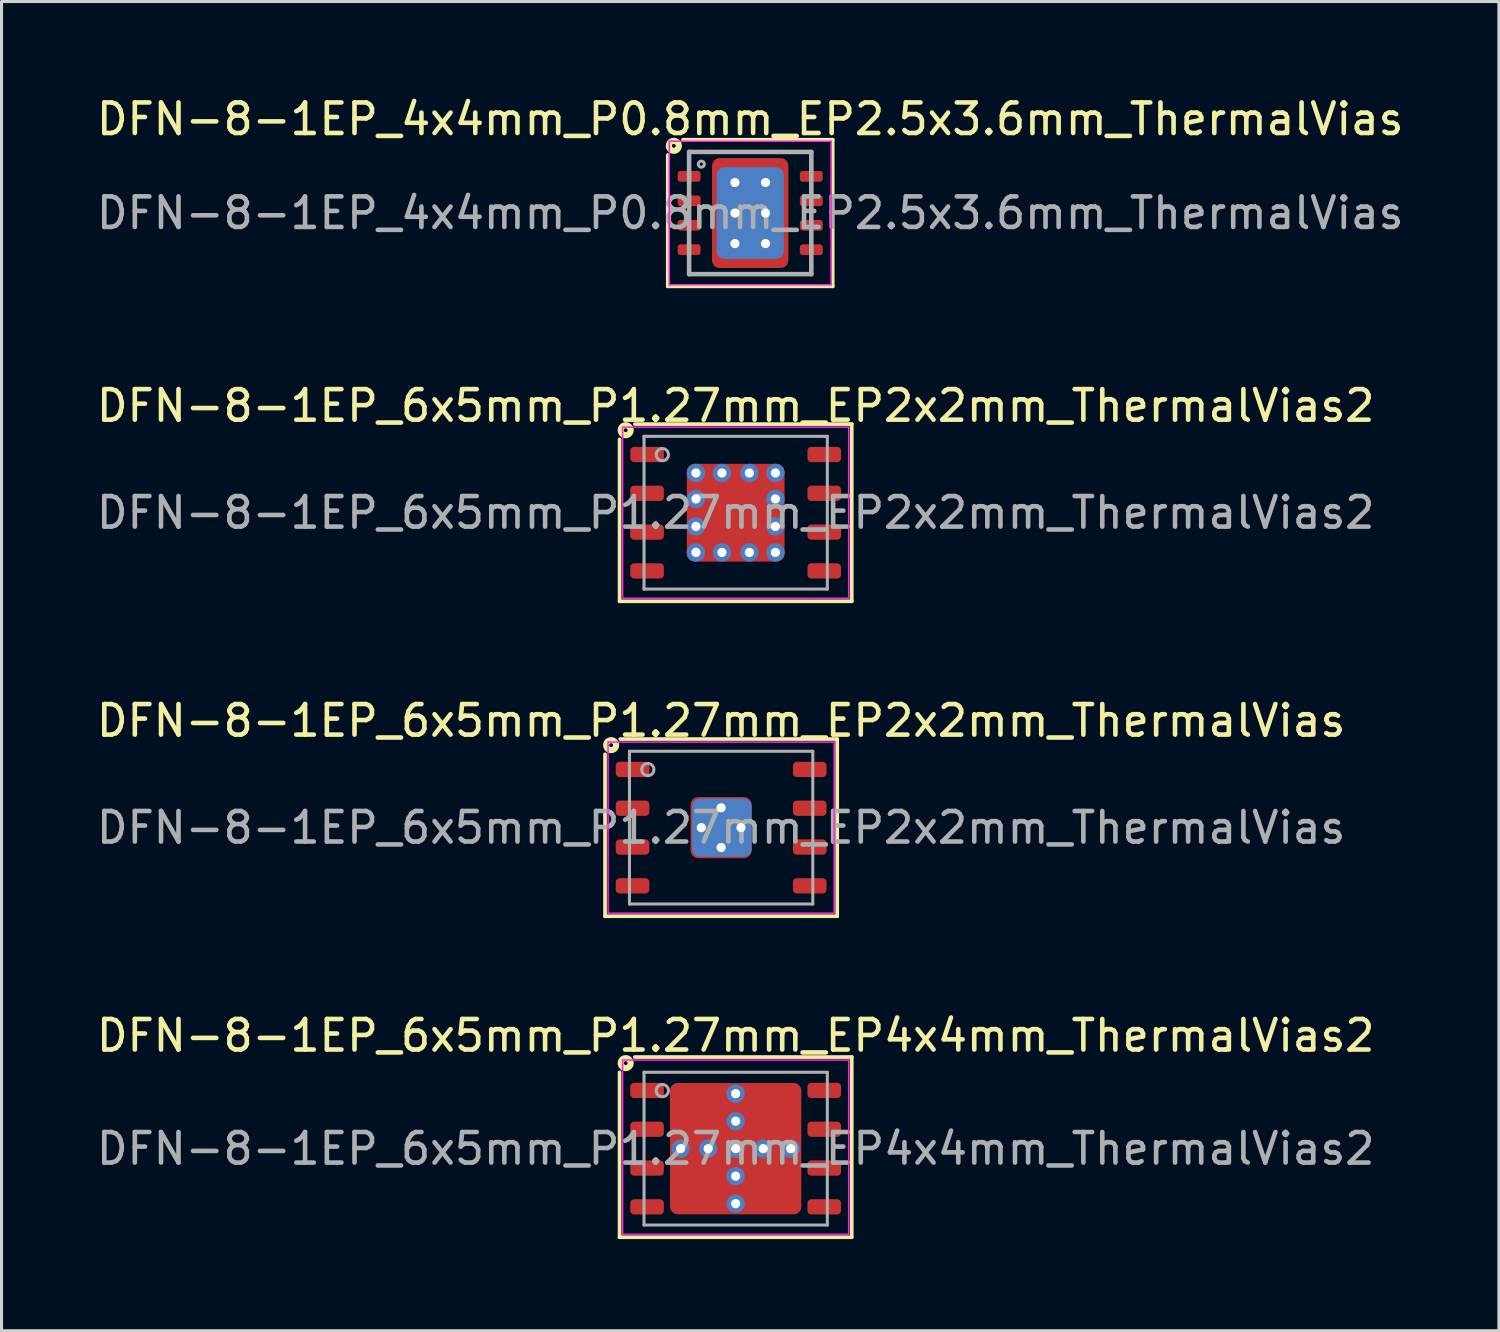
<source format=kicad_pcb>
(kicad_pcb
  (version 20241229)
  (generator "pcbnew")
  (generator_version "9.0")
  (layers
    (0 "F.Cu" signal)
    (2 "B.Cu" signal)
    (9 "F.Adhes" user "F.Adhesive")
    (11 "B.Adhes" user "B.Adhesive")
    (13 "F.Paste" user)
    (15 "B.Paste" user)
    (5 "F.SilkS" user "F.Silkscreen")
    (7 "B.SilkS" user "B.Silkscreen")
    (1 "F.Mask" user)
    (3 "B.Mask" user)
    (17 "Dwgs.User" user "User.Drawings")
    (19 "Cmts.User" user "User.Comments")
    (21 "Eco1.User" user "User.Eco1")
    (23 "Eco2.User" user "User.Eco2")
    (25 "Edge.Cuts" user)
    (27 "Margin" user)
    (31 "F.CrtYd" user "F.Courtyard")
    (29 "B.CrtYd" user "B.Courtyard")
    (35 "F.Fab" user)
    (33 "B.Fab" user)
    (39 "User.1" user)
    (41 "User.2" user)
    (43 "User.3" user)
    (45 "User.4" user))
  (footprint "DFN-8-1EP_4x4mm_P0.8mm_EP2.5x3.6mm_ThermalVias"
    (layer "F.Cu")
    (at 21.506 3.923)
    (property "Reference" "DFN-8-1EP_4x4mm_P0.8mm_EP2.5x3.6mm_ThermalVias" (at 0 -3.075 0) (layer "F.SilkS") (effects (font (size 1 1) (thickness 0.15))))
    (attr smd)
    (fp_line (start -2.7 2.4) (end -2.7 -1.9) (stroke (width 0.12) (type solid)) (layer "F.SilkS"))
    (fp_line (start -2.2 -2.4) (end 2.7 -2.4) (stroke (width 0.12) (type solid)) (layer "F.SilkS"))
    (fp_line (start 2.7 -2.4) (end 2.7 2.4) (stroke (width 0.12) (type solid)) (layer "F.SilkS"))
    (fp_line (start 2.7 2.4) (end -2.7 2.4) (stroke (width 0.12) (type solid)) (layer "F.SilkS"))
    (fp_circle (center -2.5 -2.2) (end -2.437 -2.2) (stroke (width 0.2) (type solid)) (fill no) (layer "F.SilkS"))
    (fp_line (start -2.65 -2.35) (end -2.65 2.35) (stroke (width 0.05) (type solid)) (layer "F.CrtYd"))
    (fp_line (start -2.65 -2.35) (end 2.65 -2.35) (stroke (width 0.05) (type solid)) (layer "F.CrtYd"))
    (fp_line (start -2.65 2.35) (end 2.65 2.35) (stroke (width 0.05) (type solid)) (layer "F.CrtYd"))
    (fp_line (start 2.65 -2.35) (end 2.65 2.35) (stroke (width 0.05) (type solid)) (layer "F.CrtYd"))
    (fp_line (start -2 -2) (end 2 -2) (stroke (width 0.15) (type solid)) (layer "F.Fab"))
    (fp_line (start -2 2) (end -2 -2) (stroke (width 0.15) (type solid)) (layer "F.Fab"))
    (fp_line (start 2 -2) (end 2 2) (stroke (width 0.15) (type solid)) (layer "F.Fab"))
    (fp_line (start 2 2) (end -2 2) (stroke (width 0.15) (type solid)) (layer "F.Fab"))
    (fp_circle (center -1.6 -1.6) (end -1.5 -1.6) (stroke (width 0.1) (type solid)) (fill no) (layer "F.Fab"))
    (fp_text user "${REFERENCE}" (at 0 0 0) (layer "F.Fab") (effects (font (size 1 1) (thickness 0.15))))
    (pad "" smd roundrect (at -0.875 -1.4) (size 0.55 0.6) (layers "F.Paste") (roundrect_rratio 0.25))
    (pad "" smd roundrect (at -0.875 -0.5) (size 0.55 0.8) (layers "F.Paste") (roundrect_rratio 0.25))
    (pad "" smd roundrect (at -0.875 0.5) (size 0.55 0.8) (layers "F.Paste") (roundrect_rratio 0.25))
    (pad "" smd roundrect (at -0.875 1.4) (size 0.55 0.6) (layers "F.Paste") (roundrect_rratio 0.25))
    (pad "" smd roundrect (at 0 -1.4) (size 0.8 0.6) (layers "F.Paste") (roundrect_rratio 0.25))
    (pad "" smd roundrect (at 0 -0.5) (size 0.8 0.8) (layers "F.Paste") (roundrect_rratio 0.25))
    (pad "" smd roundrect (at 0 0.5) (size 0.8 0.8) (layers "F.Paste") (roundrect_rratio 0.25))
    (pad "" smd roundrect (at 0 1.4) (size 0.8 0.6) (layers "F.Paste") (roundrect_rratio 0.25))
    (pad "" smd roundrect (at 0.875 -1.4) (size 0.55 0.6) (layers "F.Paste") (roundrect_rratio 0.25))
    (pad "" smd roundrect (at 0.875 -0.5) (size 0.55 0.8) (layers "F.Paste") (roundrect_rratio 0.25))
    (pad "" smd roundrect (at 0.875 0.5) (size 0.55 0.8) (layers "F.Paste") (roundrect_rratio 0.25))
    (pad "" smd roundrect (at 0.875 1.4) (size 0.55 0.6) (layers "F.Paste") (roundrect_rratio 0.25))
    (pad "1" smd roundrect (at -2 -1.2) (size 0.75 0.35) (layers "F.Cu" "F.Mask" "F.Paste") (roundrect_rratio 0.25))
    (pad "2" smd roundrect (at -2 -0.4) (size 0.75 0.35) (layers "F.Cu" "F.Mask" "F.Paste") (roundrect_rratio 0.25))
    (pad "3" smd roundrect (at -2 0.4) (size 0.75 0.35) (layers "F.Cu" "F.Mask" "F.Paste") (roundrect_rratio 0.25))
    (pad "4" smd roundrect (at -2 1.2) (size 0.75 0.35) (layers "F.Cu" "F.Mask" "F.Paste") (roundrect_rratio 0.25))
    (pad "5" smd roundrect (at 2 1.2) (size 0.75 0.35) (layers "F.Cu" "F.Mask" "F.Paste") (roundrect_rratio 0.25))
    (pad "6" smd roundrect (at 2 0.4) (size 0.75 0.35) (layers "F.Cu" "F.Mask" "F.Paste") (roundrect_rratio 0.25))
    (pad "7" smd roundrect (at 2 -0.4) (size 0.75 0.35) (layers "F.Cu" "F.Mask" "F.Paste") (roundrect_rratio 0.25))
    (pad "8" smd roundrect (at 2 -1.2) (size 0.75 0.35) (layers "F.Cu" "F.Mask" "F.Paste") (roundrect_rratio 0.25))
    (pad "9" thru_hole circle (at -0.5 -1) (size 0.6 0.6) (drill 0.3) (property pad_prop_heatsink) (layers "*.Cu"))
    (pad "9" thru_hole circle (at -0.5 0) (size 0.6 0.6) (drill 0.3) (property pad_prop_heatsink) (layers "*.Cu"))
    (pad "9" thru_hole circle (at -0.5 1) (size 0.6 0.6) (drill 0.3) (property pad_prop_heatsink) (layers "*.Cu"))
    (pad "9" smd roundrect (at 0 0) (size 2.2 3) (layers "B.Cu" "B.Mask") (roundrect_rratio 0.114))
    (pad "9" smd roundrect (at 0 0) (size 2.5 3.6) (layers "F.Cu" "F.Mask") (roundrect_rratio 0.1))
    (pad "9" thru_hole circle (at 0.5 -1) (size 0.6 0.6) (drill 0.3) (property pad_prop_heatsink) (layers "*.Cu"))
    (pad "9" thru_hole circle (at 0.5 0) (size 0.6 0.6) (drill 0.3) (property pad_prop_heatsink) (layers "*.Cu"))
    (pad "9" thru_hole circle (at 0.5 1) (size 0.6 0.6) (drill 0.3) (property pad_prop_heatsink) (layers "*.Cu")))
  (footprint "DFN-8-1EP_6x5mm_P1.27mm_EP4x4mm_ThermalVias2"
    (layer "F.Cu")
    (at 21.03 34.548)
    (property "Reference" "DFN-8-1EP_6x5mm_P1.27mm_EP4x4mm_ThermalVias2" (at 0 -3.7 0) (layer "F.SilkS") (effects (font (size 1 1) (thickness 0.15))))
    (attr smd)
    (fp_line (start -3.8 2.9) (end -3.8 -2.5) (stroke (width 0.12) (type solid)) (layer "F.SilkS"))
    (fp_line (start -3.3 -3) (end 3.8 -3) (stroke (width 0.12) (type solid)) (layer "F.SilkS"))
    (fp_line (start 3.8 -3) (end 3.8 2.9) (stroke (width 0.12) (type solid)) (layer "F.SilkS"))
    (fp_line (start 3.8 2.9) (end -3.8 2.9) (stroke (width 0.12) (type solid)) (layer "F.SilkS"))
    (fp_circle (center -3.6 -2.8) (end -3.537 -2.8) (stroke (width 0.2) (type solid)) (fill no) (layer "F.SilkS"))
    (fp_line (start -3.7 -2.9) (end 3.7 -2.9) (stroke (width 0.05) (type solid)) (layer "F.CrtYd"))
    (fp_line (start -3.7 2.8) (end -3.7 -2.9) (stroke (width 0.05) (type solid)) (layer "F.CrtYd"))
    (fp_line (start 3.7 -2.9) (end 3.7 2.8) (stroke (width 0.05) (type solid)) (layer "F.CrtYd"))
    (fp_line (start 3.7 2.8) (end -3.7 2.8) (stroke (width 0.05) (type solid)) (layer "F.CrtYd"))
    (fp_line (start -3 -2.5) (end 3 -2.5) (stroke (width 0.1) (type solid)) (layer "F.Fab"))
    (fp_line (start -3 2.5) (end -3 -2.5) (stroke (width 0.1) (type solid)) (layer "F.Fab"))
    (fp_line (start 3 -2.5) (end 3 2.5) (stroke (width 0.1) (type solid)) (layer "F.Fab"))
    (fp_line (start 3 2.5) (end -3 2.5) (stroke (width 0.1) (type solid)) (layer "F.Fab"))
    (fp_circle (center -2.4 -1.9) (end -2.2 -1.9) (stroke (width 0.1) (type solid)) (fill no) (layer "F.Fab"))
    (fp_text user "${REFERENCE}" (at 0 0 0) (layer "F.Fab") (effects (font (size 1 1) (thickness 0.15))))
    (pad "" smd roundrect (at -1.625 -1.625 270) (size 0.65 0.65) (layers "F.Paste") (roundrect_rratio 0.25))
    (pad "" smd roundrect (at -1.625 -0.725 270) (size 0.65 0.65) (layers "F.Paste") (roundrect_rratio 0.25))
    (pad "" smd roundrect (at -1.625 0.725 270) (size 0.65 0.65) (layers "F.Paste") (roundrect_rratio 0.25))
    (pad "" smd roundrect (at -1.625 1.625 270) (size 0.65 0.65) (layers "F.Paste") (roundrect_rratio 0.25))
    (pad "" smd roundrect (at -1.175 -1.175 270) (size 1.75 1.75) (layers "F.Mask") (roundrect_rratio 0.139))
    (pad "" smd roundrect (at -1.175 1.175 270) (size 1.75 1.75) (layers "F.Mask") (roundrect_rratio 0.139))
    (pad "" smd roundrect (at -0.725 -1.625 270) (size 0.65 0.65) (layers "F.Paste") (roundrect_rratio 0.25))
    (pad "" smd roundrect (at -0.725 -0.725 270) (size 0.65 0.65) (layers "F.Paste") (roundrect_rratio 0.25))
    (pad "" smd roundrect (at -0.725 0.725 270) (size 0.65 0.65) (layers "F.Paste") (roundrect_rratio 0.25))
    (pad "" smd roundrect (at -0.725 1.625 270) (size 0.65 0.65) (layers "F.Paste") (roundrect_rratio 0.25))
    (pad "" smd roundrect (at 0.725 -1.625 270) (size 0.65 0.65) (layers "F.Paste") (roundrect_rratio 0.25))
    (pad "" smd roundrect (at 0.725 -0.725 270) (size 0.65 0.65) (layers "F.Paste") (roundrect_rratio 0.25))
    (pad "" smd roundrect (at 0.725 0.725 270) (size 0.65 0.65) (layers "F.Paste") (roundrect_rratio 0.25))
    (pad "" smd roundrect (at 0.725 1.625 270) (size 0.65 0.65) (layers "F.Paste") (roundrect_rratio 0.25))
    (pad "" smd roundrect (at 1.175 -1.175 270) (size 1.75 1.75) (layers "F.Mask") (roundrect_rratio 0.139))
    (pad "" smd roundrect (at 1.175 1.175 270) (size 1.75 1.75) (layers "F.Mask") (roundrect_rratio 0.139))
    (pad "" smd roundrect (at 1.625 -1.625 270) (size 0.65 0.65) (layers "F.Paste") (roundrect_rratio 0.25))
    (pad "" smd roundrect (at 1.625 -0.725 270) (size 0.65 0.65) (layers "F.Paste") (roundrect_rratio 0.25))
    (pad "" smd roundrect (at 1.625 0.725 270) (size 0.65 0.65) (layers "F.Paste") (roundrect_rratio 0.25))
    (pad "" smd roundrect (at 1.625 1.625 270) (size 0.65 0.65) (layers "F.Paste") (roundrect_rratio 0.25))
    (pad "1" smd roundrect (at -2.9 -1.905 270) (size 0.5 1.1) (layers "F.Cu" "F.Mask" "F.Paste") (roundrect_rratio 0.25))
    (pad "2" smd roundrect (at -2.9 -0.635 270) (size 0.5 1.1) (layers "F.Cu" "F.Mask" "F.Paste") (roundrect_rratio 0.25))
    (pad "3" smd roundrect (at -2.9 0.635 270) (size 0.5 1.1) (layers "F.Cu" "F.Mask" "F.Paste") (roundrect_rratio 0.25))
    (pad "4" smd roundrect (at -2.9 1.905 270) (size 0.5 1.1) (layers "F.Cu" "F.Mask" "F.Paste") (roundrect_rratio 0.25))
    (pad "5" smd roundrect (at 2.9 1.905 270) (size 0.5 1.1) (layers "F.Cu" "F.Mask" "F.Paste") (roundrect_rratio 0.25))
    (pad "6" smd roundrect (at 2.9 0.635 270) (size 0.5 1.1) (layers "F.Cu" "F.Mask" "F.Paste") (roundrect_rratio 0.25))
    (pad "7" smd roundrect (at 2.9 -0.635 270) (size 0.5 1.1) (layers "F.Cu" "F.Mask" "F.Paste") (roundrect_rratio 0.25))
    (pad "8" smd roundrect (at 2.9 -1.905 270) (size 0.5 1.1) (layers "F.Cu" "F.Mask" "F.Paste") (roundrect_rratio 0.25))
    (pad "9" thru_hole circle (at -1.8 0) (size 0.6 0.6) (drill 0.3) (property pad_prop_heatsink) (layers "*.Cu" "*.Mask"))
    (pad "9" thru_hole circle (at -0.9 0) (size 0.6 0.6) (drill 0.3) (property pad_prop_heatsink) (layers "*.Cu" "*.Mask"))
    (pad "9" thru_hole circle (at 0 -1.8) (size 0.6 0.6) (drill 0.3) (property pad_prop_heatsink) (layers "*.Cu" "*.Mask"))
    (pad "9" thru_hole circle (at 0 -0.9) (size 0.6 0.6) (drill 0.3) (property pad_prop_heatsink) (layers "*.Cu" "*.Mask"))
    (pad "9" thru_hole circle (at 0 0) (size 0.6 0.6) (drill 0.3) (property pad_prop_heatsink) (layers "*.Cu" "*.Mask"))
    (pad "9" smd roundrect (at 0 0 270) (size 4.3 4.3) (layers "F.Cu") (roundrect_rratio 0.058))
    (pad "9" thru_hole circle (at 0 0.9) (size 0.6 0.6) (drill 0.3) (property pad_prop_heatsink) (layers "*.Cu" "*.Mask"))
    (pad "9" thru_hole circle (at 0 1.8) (size 0.6 0.6) (drill 0.3) (property pad_prop_heatsink) (layers "*.Cu" "*.Mask"))
    (pad "9" thru_hole circle (at 0.9 0) (size 0.6 0.6) (drill 0.3) (property pad_prop_heatsink) (layers "*.Cu" "*.Mask"))
    (pad "9" thru_hole circle (at 1.8 0) (size 0.6 0.6) (drill 0.3) (property pad_prop_heatsink) (layers "*.Cu" "*.Mask")))
  (footprint "DFN-8-1EP_6x5mm_P1.27mm_EP2x2mm_ThermalVias2"
    (layer "F.Cu")
    (at 21.03 13.732)
    (property "Reference" "DFN-8-1EP_6x5mm_P1.27mm_EP2x2mm_ThermalVias2" (at 0 -3.5 0) (layer "F.SilkS") (effects (font (size 1 1) (thickness 0.15))))
    (attr smd)
    (fp_line (start -3.8 -2.4) (end -3.8 2.9) (stroke (width 0.12) (type solid)) (layer "F.SilkS"))
    (fp_line (start -3.8 2.9) (end 3.8 2.9) (stroke (width 0.12) (type solid)) (layer "F.SilkS"))
    (fp_line (start 3.8 -2.9) (end -3.3 -2.9) (stroke (width 0.12) (type solid)) (layer "F.SilkS"))
    (fp_line (start 3.8 2.9) (end 3.8 -2.9) (stroke (width 0.12) (type solid)) (layer "F.SilkS"))
    (fp_circle (center -3.6 -2.7) (end -3.537 -2.7) (stroke (width 0.2) (type solid)) (fill no) (layer "F.SilkS"))
    (fp_line (start -3.7 -2.8) (end 3.7 -2.8) (stroke (width 0.05) (type solid)) (layer "F.CrtYd"))
    (fp_line (start -3.7 2.8) (end -3.7 -2.8) (stroke (width 0.05) (type solid)) (layer "F.CrtYd"))
    (fp_line (start 3.7 -2.8) (end 3.7 2.8) (stroke (width 0.05) (type solid)) (layer "F.CrtYd"))
    (fp_line (start 3.7 2.8) (end -3.7 2.8) (stroke (width 0.05) (type solid)) (layer "F.CrtYd"))
    (fp_line (start -3 -2.5) (end 3 -2.5) (stroke (width 0.1) (type solid)) (layer "F.Fab"))
    (fp_line (start -3 2.5) (end -3 -2.5) (stroke (width 0.1) (type solid)) (layer "F.Fab"))
    (fp_line (start 3 -2.5) (end 3 2.5) (stroke (width 0.1) (type solid)) (layer "F.Fab"))
    (fp_line (start 3 2.5) (end -3 2.5) (stroke (width 0.1) (type solid)) (layer "F.Fab"))
    (fp_circle (center -2.4 -1.9) (end -2.2 -1.9) (stroke (width 0.1) (type solid)) (fill no) (layer "F.Fab"))
    (fp_text user "${REFERENCE}" (at 0 0 0) (layer "F.Fab") (effects (font (size 1 1) (thickness 0.15))))
    (pad "" smd roundrect (at -0.5 -0.5 270) (size 0.8 0.8) (layers "F.Paste") (roundrect_rratio 0.25))
    (pad "" smd roundrect (at -0.5 0.5 270) (size 0.8 0.8) (layers "F.Paste") (roundrect_rratio 0.25))
    (pad "" smd roundrect (at 0 0 270) (size 2 2) (layers "F.Mask") (roundrect_rratio 0.125))
    (pad "" smd roundrect (at 0.5 -0.5 270) (size 0.8 0.8) (layers "F.Paste") (roundrect_rratio 0.25))
    (pad "" smd roundrect (at 0.5 0.5 270) (size 0.8 0.8) (layers "F.Paste") (roundrect_rratio 0.25))
    (pad "1" smd roundrect (at -2.9 -1.905 270) (size 0.5 1.1) (layers "F.Cu" "F.Mask" "F.Paste") (roundrect_rratio 0.25))
    (pad "2" smd roundrect (at -2.9 -0.635 270) (size 0.5 1.1) (layers "F.Cu" "F.Mask" "F.Paste") (roundrect_rratio 0.25))
    (pad "3" smd roundrect (at -2.9 0.635 270) (size 0.5 1.1) (layers "F.Cu" "F.Mask" "F.Paste") (roundrect_rratio 0.25))
    (pad "4" smd roundrect (at -2.9 1.905 270) (size 0.5 1.1) (layers "F.Cu" "F.Mask" "F.Paste") (roundrect_rratio 0.25))
    (pad "5" smd roundrect (at 2.9 1.905 270) (size 0.5 1.1) (layers "F.Cu" "F.Mask" "F.Paste") (roundrect_rratio 0.25))
    (pad "6" smd roundrect (at 2.9 0.635 270) (size 0.5 1.1) (layers "F.Cu" "F.Mask" "F.Paste") (roundrect_rratio 0.25))
    (pad "7" smd roundrect (at 2.9 -0.635 270) (size 0.5 1.1) (layers "F.Cu" "F.Mask" "F.Paste") (roundrect_rratio 0.25))
    (pad "8" smd roundrect (at 2.9 -1.905 270) (size 0.5 1.1) (layers "F.Cu" "F.Mask" "F.Paste") (roundrect_rratio 0.25))
    (pad "9" thru_hole circle (at -1.3 -1.3) (size 0.6 0.6) (drill 0.3) (property pad_prop_heatsink) (layers "*.Cu" "*.Mask"))
    (pad "9" thru_hole circle (at -1.3 -0.45) (size 0.6 0.6) (drill 0.3) (property pad_prop_heatsink) (layers "*.Cu" "*.Mask"))
    (pad "9" thru_hole circle (at -1.3 0.45) (size 0.6 0.6) (drill 0.3) (property pad_prop_heatsink) (layers "*.Cu" "*.Mask"))
    (pad "9" thru_hole circle (at -1.3 1.3) (size 0.6 0.6) (drill 0.3) (property pad_prop_heatsink) (layers "*.Cu" "*.Mask"))
    (pad "9" thru_hole circle (at -0.45 -1.3) (size 0.6 0.6) (drill 0.3) (property pad_prop_heatsink) (layers "*.Cu" "*.Mask"))
    (pad "9" thru_hole circle (at -0.45 1.3) (size 0.6 0.6) (drill 0.3) (property pad_prop_heatsink) (layers "*.Cu" "*.Mask"))
    (pad "9" smd roundrect (at 0 0 270) (size 3.2 3.2) (layers "F.Cu") (roundrect_rratio 0.078))
    (pad "9" thru_hole circle (at 0.45 -1.3) (size 0.6 0.6) (drill 0.3) (property pad_prop_heatsink) (layers "*.Cu" "*.Mask"))
    (pad "9" thru_hole circle (at 0.45 1.3) (size 0.6 0.6) (drill 0.3) (property pad_prop_heatsink) (layers "*.Cu" "*.Mask"))
    (pad "9" thru_hole circle (at 1.3 -1.3) (size 0.6 0.6) (drill 0.3) (property pad_prop_heatsink) (layers "*.Cu" "*.Mask"))
    (pad "9" thru_hole circle (at 1.3 -0.45) (size 0.6 0.6) (drill 0.3) (property pad_prop_heatsink) (layers "*.Cu" "*.Mask"))
    (pad "9" thru_hole circle (at 1.3 0.45) (size 0.6 0.6) (drill 0.3) (property pad_prop_heatsink) (layers "*.Cu" "*.Mask"))
    (pad "9" thru_hole circle (at 1.3 1.3) (size 0.6 0.6) (drill 0.3) (property pad_prop_heatsink) (layers "*.Cu" "*.Mask")))
  (footprint "DFN-8-1EP_6x5mm_P1.27mm_EP2x2mm_ThermalVias"
    (layer "F.Cu")
    (at 20.554 24.04)
    (property "Reference" "DFN-8-1EP_6x5mm_P1.27mm_EP2x2mm_ThermalVias" (at 0 -3.5 0) (layer "F.SilkS") (effects (font (size 1 1) (thickness 0.15))))
    (attr smd)
    (fp_line (start -3.8 -2.4) (end -3.8 2.9) (stroke (width 0.12) (type solid)) (layer "F.SilkS"))
    (fp_line (start -3.8 2.9) (end 3.8 2.9) (stroke (width 0.12) (type solid)) (layer "F.SilkS"))
    (fp_line (start 3.8 -2.9) (end -3.3 -2.9) (stroke (width 0.12) (type solid)) (layer "F.SilkS"))
    (fp_line (start 3.8 2.9) (end 3.8 -2.9) (stroke (width 0.12) (type solid)) (layer "F.SilkS"))
    (fp_circle (center -3.6 -2.7) (end -3.537 -2.7) (stroke (width 0.2) (type solid)) (fill no) (layer "F.SilkS"))
    (fp_line (start -3.7 -2.8) (end 3.7 -2.8) (stroke (width 0.05) (type solid)) (layer "F.CrtYd"))
    (fp_line (start -3.7 2.8) (end -3.7 -2.8) (stroke (width 0.05) (type solid)) (layer "F.CrtYd"))
    (fp_line (start 3.7 -2.8) (end 3.7 2.8) (stroke (width 0.05) (type solid)) (layer "F.CrtYd"))
    (fp_line (start 3.7 2.8) (end -3.7 2.8) (stroke (width 0.05) (type solid)) (layer "F.CrtYd"))
    (fp_line (start -3 -2.5) (end 3 -2.5) (stroke (width 0.1) (type solid)) (layer "F.Fab"))
    (fp_line (start -3 2.5) (end -3 -2.5) (stroke (width 0.1) (type solid)) (layer "F.Fab"))
    (fp_line (start 3 -2.5) (end 3 2.5) (stroke (width 0.1) (type solid)) (layer "F.Fab"))
    (fp_line (start 3 2.5) (end -3 2.5) (stroke (width 0.1) (type solid)) (layer "F.Fab"))
    (fp_circle (center -2.4 -1.9) (end -2.2 -1.9) (stroke (width 0.1) (type solid)) (fill no) (layer "F.Fab"))
    (fp_text user "${REFERENCE}" (at 0 0 0) (layer "F.Fab") (effects (font (size 1 1) (thickness 0.15))))
    (pad "" smd roundrect (at -0.5 -0.5 270) (size 0.8 0.8) (layers "F.Paste") (roundrect_rratio 0.25))
    (pad "" smd roundrect (at -0.5 0.5 270) (size 0.8 0.8) (layers "F.Paste") (roundrect_rratio 0.25))
    (pad "" smd roundrect (at 0.5 -0.5 270) (size 0.8 0.8) (layers "F.Paste") (roundrect_rratio 0.25))
    (pad "" smd roundrect (at 0.5 0.5 270) (size 0.8 0.8) (layers "F.Paste") (roundrect_rratio 0.25))
    (pad "1" smd roundrect (at -2.9 -1.905 270) (size 0.5 1.1) (layers "F.Cu" "F.Mask" "F.Paste") (roundrect_rratio 0.25))
    (pad "2" smd roundrect (at -2.9 -0.635 270) (size 0.5 1.1) (layers "F.Cu" "F.Mask" "F.Paste") (roundrect_rratio 0.25))
    (pad "3" smd roundrect (at -2.9 0.635 270) (size 0.5 1.1) (layers "F.Cu" "F.Mask" "F.Paste") (roundrect_rratio 0.25))
    (pad "4" smd roundrect (at -2.9 1.905 270) (size 0.5 1.1) (layers "F.Cu" "F.Mask" "F.Paste") (roundrect_rratio 0.25))
    (pad "5" smd roundrect (at 2.9 1.905 270) (size 0.5 1.1) (layers "F.Cu" "F.Mask" "F.Paste") (roundrect_rratio 0.25))
    (pad "6" smd roundrect (at 2.9 0.635 270) (size 0.5 1.1) (layers "F.Cu" "F.Mask" "F.Paste") (roundrect_rratio 0.25))
    (pad "7" smd roundrect (at 2.9 -0.635 270) (size 0.5 1.1) (layers "F.Cu" "F.Mask" "F.Paste") (roundrect_rratio 0.25))
    (pad "8" smd roundrect (at 2.9 -1.905 270) (size 0.5 1.1) (layers "F.Cu" "F.Mask" "F.Paste") (roundrect_rratio 0.25))
    (pad "9" thru_hole circle (at -0.65 0) (size 0.6 0.6) (drill 0.3) (property pad_prop_heatsink) (layers "*.Cu"))
    (pad "9" thru_hole circle (at 0 -0.65) (size 0.6 0.6) (drill 0.3) (property pad_prop_heatsink) (layers "*.Cu"))
    (pad "9" smd roundrect (at 0 0 270) (size 2 2) (layers "F.Cu" "F.Mask") (roundrect_rratio 0.125))
    (pad "9" thru_hole circle (at 0 0.65) (size 0.6 0.6) (drill 0.3) (property pad_prop_heatsink) (layers "*.Cu"))
    (pad "9" smd roundrect (at 0.025 0) (size 1.95 1.9) (layers "B.Cu" "B.Mask") (roundrect_rratio 0.132))
    (pad "9" thru_hole circle (at 0.65 0) (size 0.6 0.6) (drill 0.3) (property pad_prop_heatsink) (layers "*.Cu")))
  (gr_rect
    (start -3 -3)
    (end 46.012 40.508)
    (stroke (width 0.1) (type default))
    (fill no)
    (layer "Edge.Cuts")))
</source>
